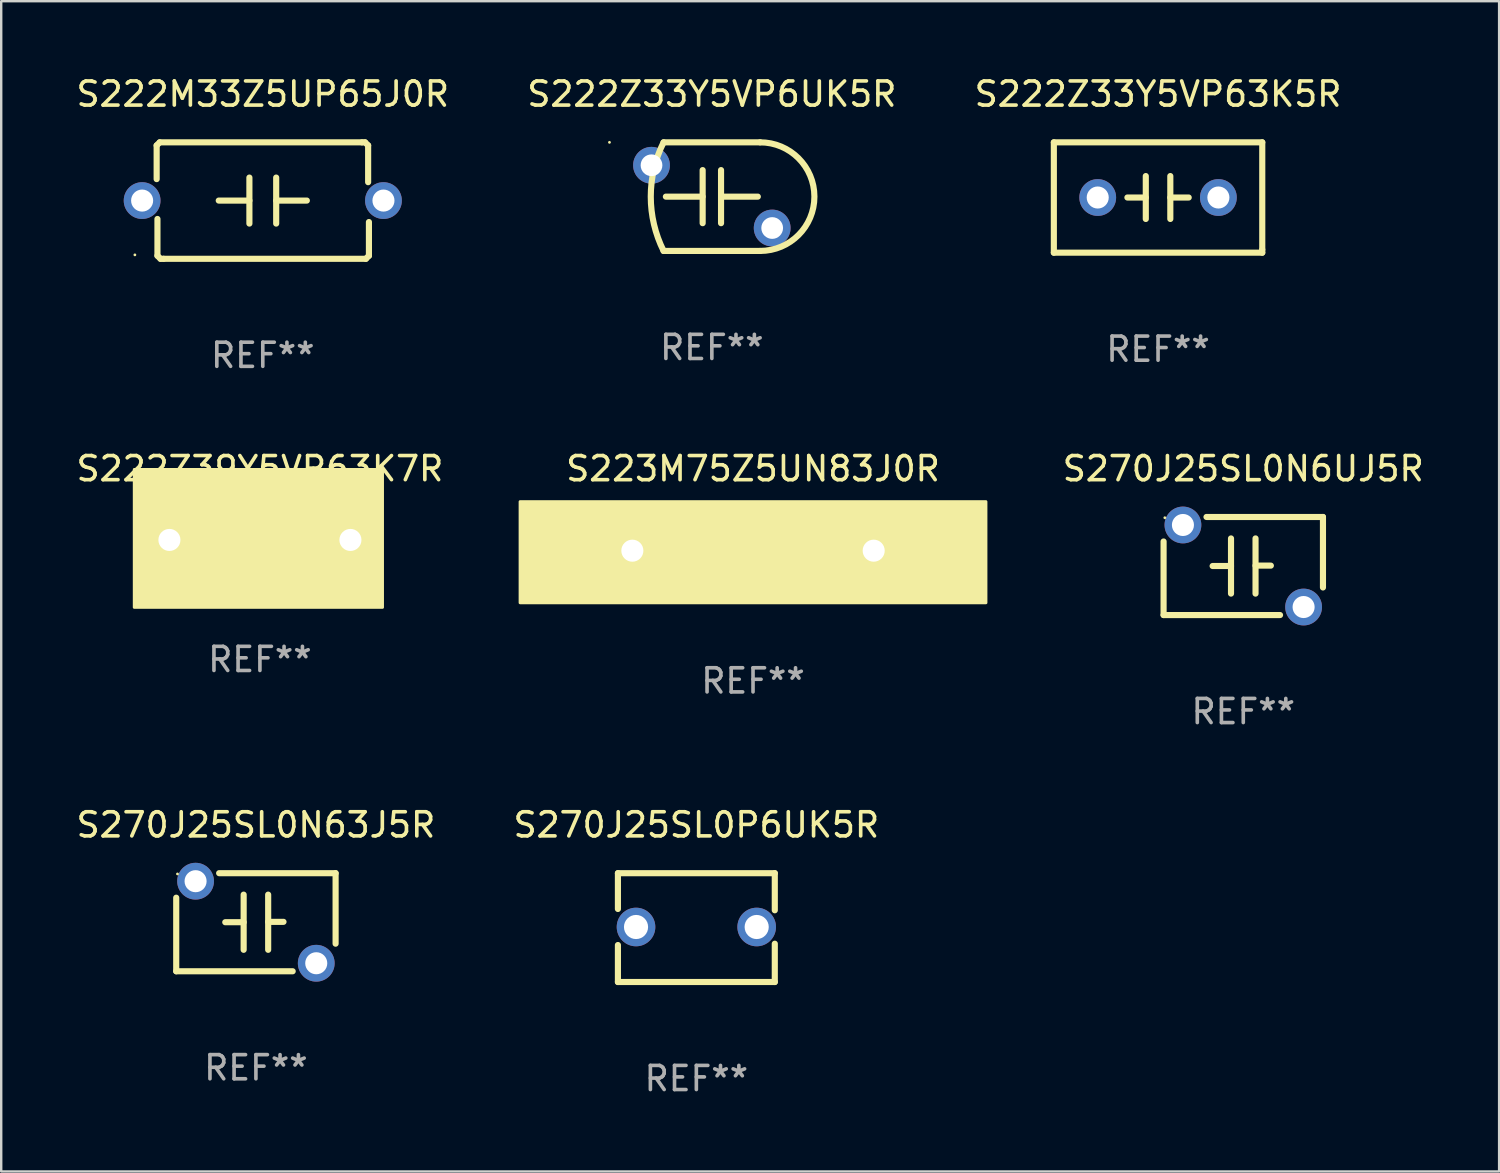
<source format=kicad_pcb>
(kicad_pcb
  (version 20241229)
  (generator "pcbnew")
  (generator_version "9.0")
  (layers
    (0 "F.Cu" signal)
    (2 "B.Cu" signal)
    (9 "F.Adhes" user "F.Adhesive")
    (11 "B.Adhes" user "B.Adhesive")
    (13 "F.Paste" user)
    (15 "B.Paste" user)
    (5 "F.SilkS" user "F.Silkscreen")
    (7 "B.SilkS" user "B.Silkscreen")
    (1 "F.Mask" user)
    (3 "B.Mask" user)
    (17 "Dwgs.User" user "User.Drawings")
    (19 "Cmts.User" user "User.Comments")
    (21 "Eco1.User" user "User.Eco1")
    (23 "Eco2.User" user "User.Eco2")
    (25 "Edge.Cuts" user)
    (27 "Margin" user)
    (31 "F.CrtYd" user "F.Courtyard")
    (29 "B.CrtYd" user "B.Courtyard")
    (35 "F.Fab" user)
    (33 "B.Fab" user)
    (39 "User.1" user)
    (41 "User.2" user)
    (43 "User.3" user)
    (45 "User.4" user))
  (footprint "S270J25SL0N63J5R"
    (layer "F.Cu")
    (at 7.554 35.163)
    (property "Reference" "S270J25SL0N63J5R" (at 0 -4.032 0) (layer "F.SilkS") (effects (font (size 1 1) (thickness 0.15))))
    (attr through_hole)
    (fp_line (start -3.302 2.032) (end -3.302 -1.016) (stroke (width 0.254) (type solid)) (layer "F.SilkS"))
    (fp_line (start -3.302 2.032) (end 1.524 2.032) (stroke (width 0.254) (type solid)) (layer "F.SilkS"))
    (fp_line (start -1.524 -2.032) (end 3.302 -2.032) (stroke (width 0.254) (type solid)) (layer "F.SilkS"))
    (fp_line (start -1.27 0) (end -0.508 0) (stroke (width 0.254) (type solid)) (layer "F.SilkS"))
    (fp_line (start -0.508 1.143) (end -0.508 -1.143) (stroke (width 0.254) (type solid)) (layer "F.SilkS"))
    (fp_line (start 0.508 -0.016) (end 1.143 -0.016) (stroke (width 0.254) (type solid)) (layer "F.SilkS"))
    (fp_line (start 0.508 1.143) (end 0.508 -1.143) (stroke (width 0.254) (type solid)) (layer "F.SilkS"))
    (fp_line (start 3.302 -2.032) (end 3.302 0.889) (stroke (width 0.254) (type solid)) (layer "F.SilkS"))
    (fp_circle (center -3.25 -2) (end -3.22 -2) (stroke (width 0.06) (type solid)) (fill no) (layer "F.SilkS"))
    (fp_text user "REF**" (at 0 6.032 0) (layer "F.Fab") (effects (font (size 1 1) (thickness 0.15))))
    (pad "1" thru_hole circle (at -2.5 -1.7) (size 1.524 1.524) (drill 0.914) (layers "*.Cu" "*.Mask"))
    (pad "2" thru_hole circle (at 2.5 1.7) (size 1.524 1.524) (drill 0.914) (layers "*.Cu" "*.Mask")))
  (footprint "S270J25SL0P6UK5R"
    (layer "F.Cu")
    (at 25.804 35.386)
    (property "Reference" "S270J25SL0P6UK5R" (at 0 -4.255 0) (layer "F.SilkS") (effects (font (size 1 1) (thickness 0.15))))
    (attr through_hole)
    (fp_line (start -3.25 -2.255) (end -3.25 -0.772) (stroke (width 0.254) (type solid)) (layer "F.SilkS"))
    (fp_line (start -3.25 -2.255) (end 3.25 -2.255) (stroke (width 0.254) (type solid)) (layer "F.SilkS"))
    (fp_line (start -3.25 0.722) (end -3.25 2.255) (stroke (width 0.254) (type solid)) (layer "F.SilkS"))
    (fp_line (start 3.25 -2.255) (end 3.25 -0.718) (stroke (width 0.254) (type solid)) (layer "F.SilkS"))
    (fp_line (start 3.25 0.668) (end 3.25 2.255) (stroke (width 0.254) (type solid)) (layer "F.SilkS"))
    (fp_line (start 3.25 2.255) (end -3.25 2.255) (stroke (width 0.254) (type solid)) (layer "F.SilkS"))
    (fp_circle (center -3.25 2.225) (end -3.22 2.225) (stroke (width 0.06) (type solid)) (fill no) (layer "F.SilkS"))
    (fp_text user "REF**" (at 0 6.255 0) (layer "F.Fab") (effects (font (size 1 1) (thickness 0.15))))
    (pad "1" thru_hole circle (at -2.5 -0.025) (size 1.6 1.6) (drill 1) (layers "*.Cu" "*.Mask"))
    (pad "2" thru_hole circle (at 2.5 -0.025) (size 1.6 1.6) (drill 1) (layers "*.Cu" "*.Mask")))
  (footprint "S270J25SL0N6UJ5R"
    (layer "F.Cu")
    (at 48.466 20.403)
    (property "Reference" "S270J25SL0N6UJ5R" (at 0 -4.032 0) (layer "F.SilkS") (effects (font (size 1 1) (thickness 0.15))))
    (attr through_hole)
    (fp_line (start -3.302 2.032) (end -3.302 -1.016) (stroke (width 0.254) (type solid)) (layer "F.SilkS"))
    (fp_line (start -3.302 2.032) (end 1.524 2.032) (stroke (width 0.254) (type solid)) (layer "F.SilkS"))
    (fp_line (start -1.524 -2.032) (end 3.302 -2.032) (stroke (width 0.254) (type solid)) (layer "F.SilkS"))
    (fp_line (start -1.27 0) (end -0.508 0) (stroke (width 0.254) (type solid)) (layer "F.SilkS"))
    (fp_line (start -0.508 1.143) (end -0.508 -1.143) (stroke (width 0.254) (type solid)) (layer "F.SilkS"))
    (fp_line (start 0.508 -0.016) (end 1.143 -0.016) (stroke (width 0.254) (type solid)) (layer "F.SilkS"))
    (fp_line (start 0.508 1.143) (end 0.508 -1.143) (stroke (width 0.254) (type solid)) (layer "F.SilkS"))
    (fp_line (start 3.302 -2.032) (end 3.302 0.889) (stroke (width 0.254) (type solid)) (layer "F.SilkS"))
    (fp_circle (center -3.25 -2) (end -3.22 -2) (stroke (width 0.06) (type solid)) (fill no) (layer "F.SilkS"))
    (fp_text user "REF**" (at 0 6.032 0) (layer "F.Fab") (effects (font (size 1 1) (thickness 0.15))))
    (pad "1" thru_hole circle (at -2.5 -1.7) (size 1.524 1.524) (drill 0.914) (layers "*.Cu" "*.Mask"))
    (pad "2" thru_hole circle (at 2.5 1.7) (size 1.524 1.524) (drill 0.914) (layers "*.Cu" "*.Mask")))
  (footprint "S222Z33Y5VP63K5R"
    (layer "F.Cu")
    (at 44.935 5.134)
    (property "Reference" "S222Z33Y5VP63K5R" (at 0 -4.286 0) (layer "F.SilkS") (effects (font (size 1 1) (thickness 0.15))))
    (attr through_hole)
    (fp_line (start -4.318 -2.286) (end 4.318 -2.286) (stroke (width 0.254) (type solid)) (layer "F.SilkS"))
    (fp_line (start -4.318 2.286) (end -4.318 -2.286) (stroke (width 0.254) (type solid)) (layer "F.SilkS"))
    (fp_line (start -0.508 0) (end -1.27 0) (stroke (width 0.254) (type solid)) (layer "F.SilkS"))
    (fp_line (start -0.508 0.889) (end -0.508 -0.889) (stroke (width 0.254) (type solid)) (layer "F.SilkS"))
    (fp_line (start 0.508 -0.889) (end 0.508 0.889) (stroke (width 0.254) (type solid)) (layer "F.SilkS"))
    (fp_line (start 0.508 0) (end 1.27 0) (stroke (width 0.254) (type solid)) (layer "F.SilkS"))
    (fp_line (start 4.318 -2.286) (end 4.318 2.159) (stroke (width 0.254) (type solid)) (layer "F.SilkS"))
    (fp_line (start 4.318 2.286) (end -4.318 2.286) (stroke (width 0.254) (type solid)) (layer "F.SilkS"))
    (fp_line (start 4.318 2.286) (end 4.318 2.159) (stroke (width 0.254) (type solid)) (layer "F.SilkS"))
    (fp_circle (center -4.25 2.25) (end -4.22 2.25) (stroke (width 0.06) (type solid)) (fill no) (layer "F.SilkS"))
    (fp_text user "REF**" (at 0 6.286 0) (layer "F.Fab") (effects (font (size 1 1) (thickness 0.15))))
    (pad "1" thru_hole circle (at -2.5 0) (size 1.524 1.524) (drill 0.914) (layers "*.Cu" "*.Mask"))
    (pad "2" thru_hole circle (at 2.5 0) (size 1.524 1.524) (drill 0.914) (layers "*.Cu" "*.Mask")))
  (footprint "S222Z39Y5VR63K7R"
    (layer "F.Cu")
    (at 7.72 19.323)
    (property "Reference" "S222Z39Y5VR63K7R" (at 0 -2.953 0) (layer "F.SilkS") (effects (font (size 1 1) (thickness 0.15))))
    (attr through_hole)
    (fp_line (start -0.381 -0.000025) (end -1.397 -0.000025) (stroke (width 0.254) (type solid)) (layer "F.SilkS"))
    (fp_line (start -0.381 0.953) (end -0.381 -0.953) (stroke (width 0.254) (type solid)) (layer "F.SilkS"))
    (fp_line (start 0.381 -0.953) (end 0.381 0.953) (stroke (width 0.254) (type solid)) (layer "F.SilkS"))
    (fp_line (start 0.381 0.000025) (end 1.397 0.000025) (stroke (width 0.254) (type solid)) (layer "F.SilkS"))
    (fp_circle (center -5 2.75) (end -4.97 2.75) (stroke (width 0.06) (type solid)) (fill no) (layer "F.SilkS"))
    (fp_poly (pts (xy -5.207 -2.921) (xy 5.08 -2.921) (xy 5.08 2.794) (xy -5.207 2.794)) (stroke (width 0.12) (type solid)) (fill yes) (layer "F.SilkS"))
    (fp_text user "REF**" (at 0 4.953 0) (layer "F.Fab") (effects (font (size 1 1) (thickness 0.15))))
    (pad "1" thru_hole circle (at -3.75 0) (size 1.524 1.524) (drill 0.914) (layers "*.Cu" "*.Mask"))
    (pad "2" thru_hole circle (at 3.75 0) (size 1.524 1.524) (drill 0.914) (layers "*.Cu" "*.Mask")))
  (footprint "S222M33Z5UP65J0R"
    (layer "F.Cu")
    (at 7.839 5.261)
    (property "Reference" "S222M33Z5UP65J0R" (at 0 -4.413 0) (layer "F.SilkS") (effects (font (size 1 1) (thickness 0.15))))
    (attr through_hole)
    (fp_line (start -4.398 -2.286) (end -4.271 -2.413) (stroke (width 0.254) (type solid)) (layer "F.SilkS"))
    (fp_line (start -4.398 -0.889) (end -4.398 -2.286) (stroke (width 0.254) (type solid)) (layer "F.SilkS"))
    (fp_line (start -4.365 2.286) (end -4.365 0.762) (stroke (width 0.254) (type solid)) (layer "F.SilkS"))
    (fp_line (start -4.271 -2.413) (end 4.111 -2.413) (stroke (width 0.254) (type solid)) (layer "F.SilkS"))
    (fp_line (start -4.238 2.413) (end -4.365 2.286) (stroke (width 0.254) (type solid)) (layer "F.SilkS"))
    (fp_line (start -4.111 2.413) (end -4.238 2.413) (stroke (width 0.254) (type solid)) (layer "F.SilkS"))
    (fp_line (start -0.555 0) (end -1.825 0) (stroke (width 0.254) (type solid)) (layer "F.SilkS"))
    (fp_line (start -0.555 0.953) (end -0.555 -0.953) (stroke (width 0.254) (type solid)) (layer "F.SilkS"))
    (fp_line (start 0.555 -0.953) (end 0.555 0.953) (stroke (width 0.254) (type solid)) (layer "F.SilkS"))
    (fp_line (start 0.555 0) (end 1.825 0) (stroke (width 0.254) (type solid)) (layer "F.SilkS"))
    (fp_line (start 4.111 -2.413) (end 4.238 -2.413) (stroke (width 0.254) (type solid)) (layer "F.SilkS"))
    (fp_line (start 4.238 -2.413) (end 4.365 -2.286) (stroke (width 0.254) (type solid)) (layer "F.SilkS"))
    (fp_line (start 4.271 2.413) (end -4.111 2.413) (stroke (width 0.254) (type solid)) (layer "F.SilkS"))
    (fp_line (start 4.365 -2.286) (end 4.365 -0.762) (stroke (width 0.254) (type solid)) (layer "F.SilkS"))
    (fp_line (start 4.398 0.889) (end 4.398 2.286) (stroke (width 0.254) (type solid)) (layer "F.SilkS"))
    (fp_line (start 4.398 2.286) (end 4.271 2.413) (stroke (width 0.254) (type solid)) (layer "F.SilkS"))
    (fp_circle (center -5.3 2.25) (end -5.27 2.25) (stroke (width 0.06) (type solid)) (fill no) (layer "F.SilkS"))
    (fp_text user "REF**" (at 0 6.413 0) (layer "F.Fab") (effects (font (size 1 1) (thickness 0.15))))
    (pad "1" thru_hole circle (at -5 0) (size 1.524 1.524) (drill 0.914) (layers "*.Cu" "*.Mask"))
    (pad "2" thru_hole circle (at 5 0) (size 1.524 1.524) (drill 0.914) (layers "*.Cu" "*.Mask")))
  (footprint "S222Z33Y5VP6UK5R"
    (layer "F.Cu")
    (at 26.446 5.098)
    (property "Reference" "S222Z33Y5VP6UK5R" (at 0 -4.25 0) (layer "F.SilkS") (effects (font (size 1 1) (thickness 0.15))))
    (attr through_hole)
    (fp_line (start -2 -2.25) (end 2 -2.25) (stroke (width 0.254) (type solid)) (layer "F.SilkS"))
    (fp_line (start -0.383 0) (end -1.905 0) (stroke (width 0.254) (type solid)) (layer "F.SilkS"))
    (fp_line (start -0.381 -1.1) (end -0.381 1.1) (stroke (width 0.254) (type solid)) (layer "F.SilkS"))
    (fp_line (start 0.381 1.1) (end 0.381 -1.1) (stroke (width 0.254) (type solid)) (layer "F.SilkS"))
    (fp_line (start 0.383 0) (end 1.905 0) (stroke (width 0.254) (type solid)) (layer "F.SilkS"))
    (fp_line (start 2 2.25) (end -2 2.25) (stroke (width 0.254) (type solid)) (layer "F.SilkS"))
    (fp_arc (start -1.999112 2.250444) (mid -2.530664 0.000335) (end -2.000127 -2.250013) (stroke (width 0.254001) (type solid)) (layer "F.SilkS"))
    (fp_arc (start 1.998858 -2.250445) (mid 4.249099 -0.000723) (end 1.999873 2.250013) (stroke (width 0.254001) (type solid)) (layer "F.SilkS"))
    (fp_circle (center -4.242 -2.25) (end -4.212 -2.25) (stroke (width 0.06) (type solid)) (fill no) (layer "F.SilkS"))
    (fp_text user "REF**" (at 0 6.25 0) (layer "F.Fab") (effects (font (size 1 1) (thickness 0.15))))
    (pad "1" thru_hole circle (at -2.5 -1.3) (size 1.524 1.524) (drill 0.9) (layers "*.Cu" "*.Mask"))
    (pad "2" thru_hole circle (at 2.5 1.3) (size 1.524 1.524) (drill 0.9) (layers "*.Cu" "*.Mask")))
  (footprint "S223M75Z5UN83J0R"
    (layer "F.Cu")
    (at 28.152 19.768)
    (property "Reference" "S223M75Z5UN83J0R" (at 0 -3.397 0) (layer "F.SilkS") (effects (font (size 1 1) (thickness 0.15))))
    (attr through_hole)
    (fp_line (start -0.635 -0.000025) (end -2.413 -0.000025) (stroke (width 0.254) (type solid)) (layer "F.SilkS"))
    (fp_line (start -0.635 1.397) (end -0.635 -1.397) (stroke (width 0.254) (type solid)) (layer "F.SilkS"))
    (fp_line (start 0.635 -1.397) (end 0.635 1.397) (stroke (width 0.254) (type solid)) (layer "F.SilkS"))
    (fp_line (start 0.635 0.000025) (end 2.413 0.000025) (stroke (width 0.254) (type solid)) (layer "F.SilkS"))
    (fp_circle (center -9.5 2) (end -9.47 2) (stroke (width 0.06) (type solid)) (fill no) (layer "F.SilkS"))
    (fp_poly (pts (xy -9.652 -2.032) (xy 9.652 -2.032) (xy 9.652 2.159) (xy -9.652 2.159)) (stroke (width 0.12) (type solid)) (fill yes) (layer "F.SilkS"))
    (fp_text user "REF**" (at 0 5.397 0) (layer "F.Fab") (effects (font (size 1 1) (thickness 0.15))))
    (pad "1" thru_hole circle (at -5 0) (size 1.524 1.524) (drill 0.914) (layers "*.Cu" "*.Mask"))
    (pad "2" thru_hole circle (at 5 0) (size 1.524 1.524) (drill 0.914) (layers "*.Cu" "*.Mask")))
  (gr_rect
    (start -3 -3)
    (end 59.067 45.49)
    (stroke (width 0.1) (type default))
    (fill no)
    (layer "Edge.Cuts")))
</source>
